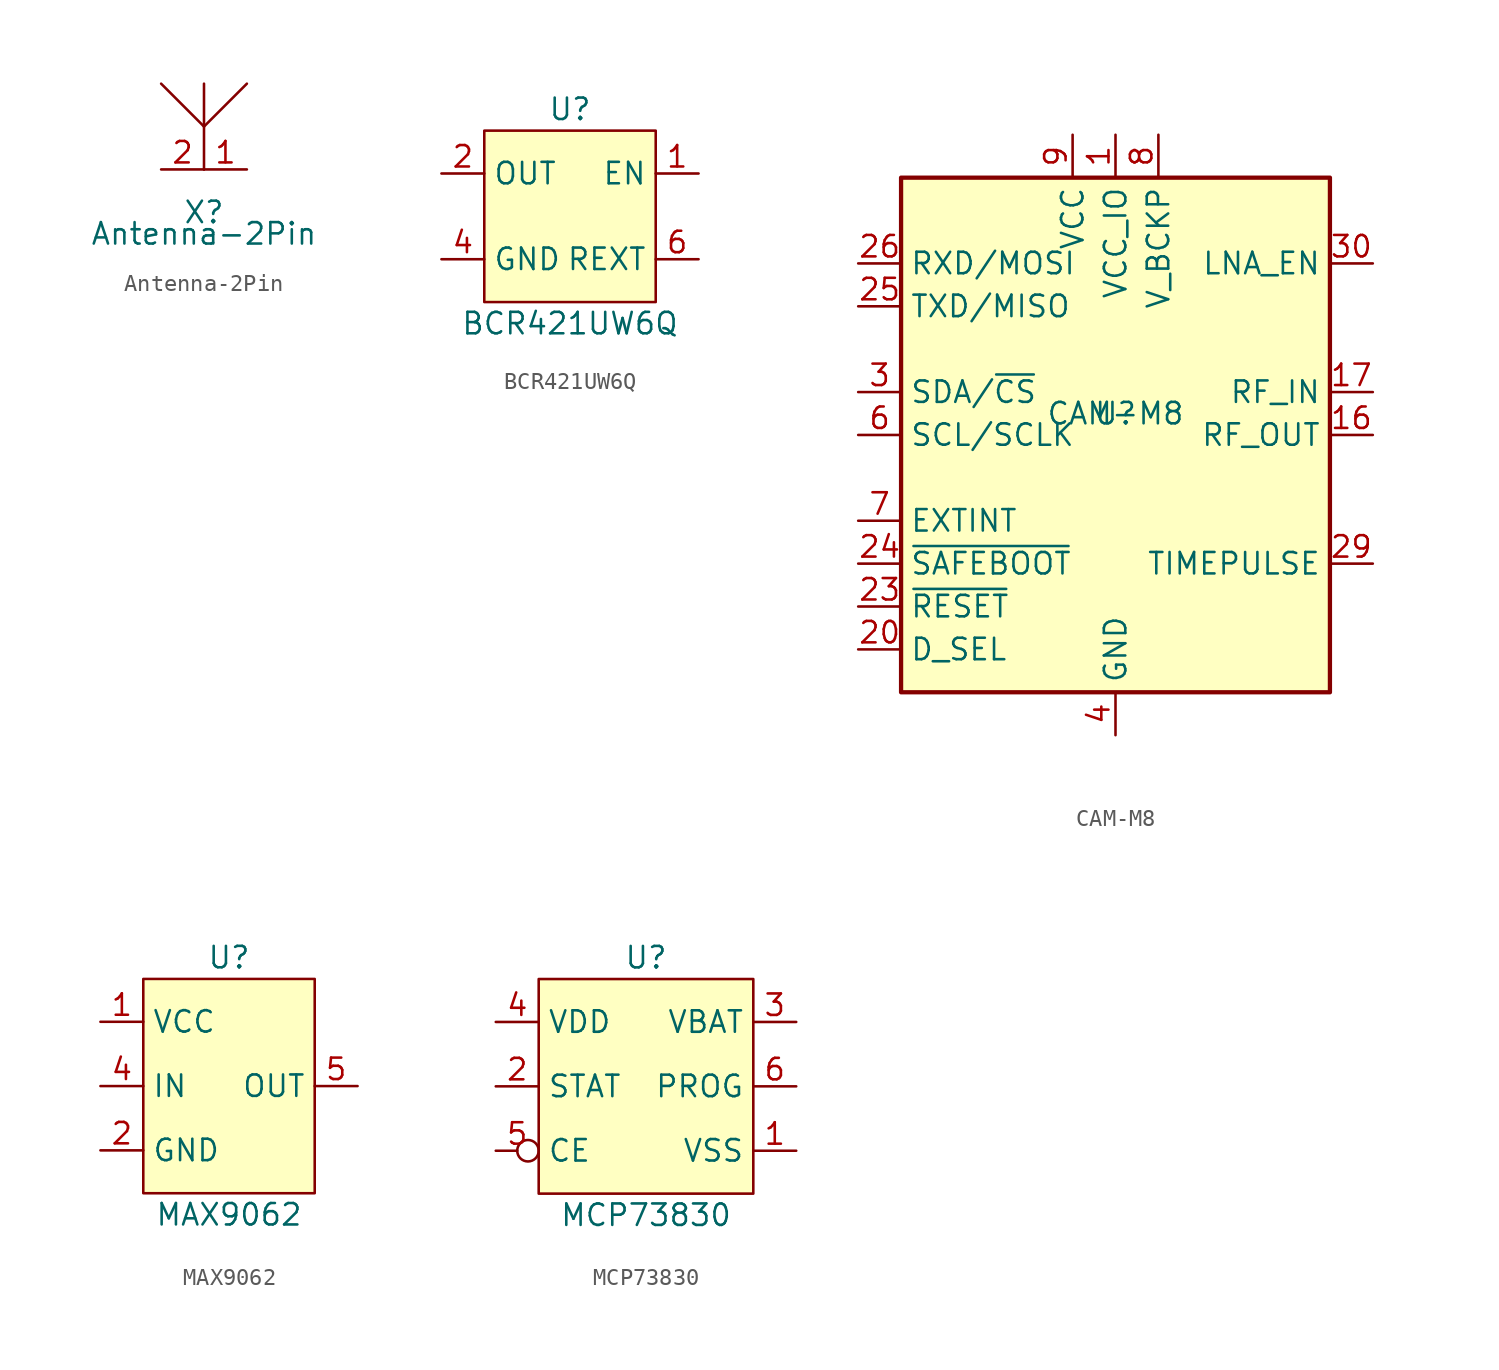
<source format=kicad_sym>
(kicad_symbol_lib
  (version 20211014)
  (generator kicad_symbol_editor)
  (symbol "Antenna-2Pin"
    (property "Reference" "X"
      (at 0 -2.54 0)
      (effects (font (size 1.27 1.27))))
    (property "Value" "Antenna-2Pin"
      (at 0 -3.81 0)
      (effects (font (size 1.27 1.27))))
    (symbol "Antenna-2Pin_0_1"
      (polyline (pts (xy 0 0) (xy 0 5.08)) (stroke (width 0) (type default) (color 0 0 0 0)) (fill (type none)))
      (polyline (pts (xy 0 2.54) (xy -2.54 5.08)) (stroke (width 0) (type default) (color 0 0 0 0)) (fill (type none)))
      (polyline (pts (xy 0 2.54) (xy 2.54 5.08)) (stroke (width 0) (type default) (color 0 0 0 0)) (fill (type none))))
    (symbol "Antenna-2Pin_1_1"
      (pin bidirectional line (at 2.54 0 180) (length 2.54) (name "" (effects (font (size 1.27 1.27)))) (number "1" (effects (font (size 1.27 1.27)))))
      (pin bidirectional line (at -2.54 0 0) (length 2.54) (name "" (effects (font (size 1.27 1.27)))) (number "2" (effects (font (size 1.27 1.27)))))))
  (symbol "BCR421UW6Q"
    (property "Reference" "U"
      (at 0 6.35 0)
      (effects (font (size 1.27 1.27))))
    (property "Value" "BCR421UW6Q"
      (at 0 -6.35 0)
      (effects (font (size 1.27 1.27))))
    (symbol "BCR421UW6Q_0_1"
      (rectangle (start -5.08 5.08) (end 5.08 -5.08) (stroke (width 0) (type default) (color 0 0 0 0)) (fill (type background))))
    (symbol "BCR421UW6Q_1_1"
      (pin input line (at 7.62 2.54 180) (length 2.54) (name "EN" (effects (font (size 1.27 1.27)))) (number "1" (effects (font (size 1.27 1.27)))))
      (pin output line (at -7.62 2.54 0) (length 2.54) (name "OUT" (effects (font (size 1.27 1.27)))) (number "2" (effects (font (size 1.27 1.27)))))
      (pin output line (at -7.62 2.54 0) (length 2.54) hide (name "OUT" (effects (font (size 1.27 1.27)))) (number "3" (effects (font (size 1.27 1.27)))))
      (pin power_in line (at -7.62 -2.54 0) (length 2.54) (name "GND" (effects (font (size 1.27 1.27)))) (number "4" (effects (font (size 1.27 1.27)))))
      (pin output line (at -7.62 2.54 0) (length 2.54) hide (name "OUT" (effects (font (size 1.27 1.27)))) (number "5" (effects (font (size 1.27 1.27)))))
      (pin input line (at 7.62 -2.54 180) (length 2.54) (name "REXT" (effects (font (size 1.27 1.27)))) (number "6" (effects (font (size 1.27 1.27)))))))
  (symbol "CAM-M8"
    (property "Reference" "U"
      (at 0 0 0)
      (effects (font (size 1.27 1.27))))
    (property "Value" "CAM-M8"
      (at 0 0 0)
      (effects (font (size 1.27 1.27))))
    (symbol "CAM-M8_0_1"
      (rectangle (start 12.7 13.97) (end -12.7 -16.51) (stroke (width 0.254) (type default) (color 0 0 0 0)) (fill (type background))))
    (symbol "CAM-M8_1_1"
      (pin power_in line (at 0 16.51 270) (length 2.54) (name "VCC_IO" (effects (font (size 1.27 1.27)))) (number "1" (effects (font (size 1.27 1.27)))))
      (pin passive line (at 0 -19.05 90) (length 2.54) hide (name "GND" (effects (font (size 1.27 1.27)))) (number "10" (effects (font (size 1.27 1.27)))))
      (pin passive line (at 0 -19.05 90) (length 2.54) hide (name "GND" (effects (font (size 1.27 1.27)))) (number "11" (effects (font (size 1.27 1.27)))))
      (pin passive line (at 0 -19.05 90) (length 2.54) hide (name "GND" (effects (font (size 1.27 1.27)))) (number "12" (effects (font (size 1.27 1.27)))))
      (pin passive line (at 0 -19.05 90) (length 2.54) hide (name "GND" (effects (font (size 1.27 1.27)))) (number "13" (effects (font (size 1.27 1.27)))))
      (pin passive line (at 0 -19.05 90) (length 2.54) hide (name "GND" (effects (font (size 1.27 1.27)))) (number "14" (effects (font (size 1.27 1.27)))))
      (pin passive line (at 0 -19.05 90) (length 2.54) hide (name "GND" (effects (font (size 1.27 1.27)))) (number "15" (effects (font (size 1.27 1.27)))))
      (pin output line (at 15.24 -1.27 180) (length 2.54) (name "RF_OUT" (effects (font (size 1.27 1.27)))) (number "16" (effects (font (size 1.27 1.27)))))
      (pin input line (at 15.24 1.27 180) (length 2.54) (name "RF_IN" (effects (font (size 1.27 1.27)))) (number "17" (effects (font (size 1.27 1.27)))))
      (pin passive line (at 0 -19.05 90) (length 2.54) hide (name "GND" (effects (font (size 1.27 1.27)))) (number "18" (effects (font (size 1.27 1.27)))))
      (pin passive line (at 0 -19.05 90) (length 2.54) hide (name "GND" (effects (font (size 1.27 1.27)))) (number "19" (effects (font (size 1.27 1.27)))))
      (pin no_connect line (at 12.7 -13.97 180) (length 2.54) hide (name "Reserved" (effects (font (size 1.27 1.27)))) (number "2" (effects (font (size 1.27 1.27)))))
      (pin input line (at -15.24 -13.97 0) (length 2.54) (name "D_SEL" (effects (font (size 1.27 1.27)))) (number "20" (effects (font (size 1.27 1.27)))))
      (pin passive line (at 0 -19.05 90) (length 2.54) hide (name "GND" (effects (font (size 1.27 1.27)))) (number "21" (effects (font (size 1.27 1.27)))))
      (pin passive line (at 0 -19.05 90) (length 2.54) hide (name "GND" (effects (font (size 1.27 1.27)))) (number "22" (effects (font (size 1.27 1.27)))))
      (pin input line (at -15.24 -11.43 0) (length 2.54) (name "~{RESET}" (effects (font (size 1.27 1.27)))) (number "23" (effects (font (size 1.27 1.27)))))
      (pin input line (at -15.24 -8.89 0) (length 2.54) (name "~{SAFEBOOT}" (effects (font (size 1.27 1.27)))) (number "24" (effects (font (size 1.27 1.27)))))
      (pin output line (at -15.24 6.35 0) (length 2.54) (name "TXD/MISO" (effects (font (size 1.27 1.27)))) (number "25" (effects (font (size 1.27 1.27)))))
      (pin input line (at -15.24 8.89 0) (length 2.54) (name "RXD/MOSI" (effects (font (size 1.27 1.27)))) (number "26" (effects (font (size 1.27 1.27)))))
      (pin passive line (at 0 -19.05 90) (length 2.54) hide (name "GND" (effects (font (size 1.27 1.27)))) (number "27" (effects (font (size 1.27 1.27)))))
      (pin no_connect line (at 12.7 -11.43 180) (length 2.54) hide (name "Reserved" (effects (font (size 1.27 1.27)))) (number "28" (effects (font (size 1.27 1.27)))))
      (pin output line (at 15.24 -8.89 180) (length 2.54) (name "TIMEPULSE" (effects (font (size 1.27 1.27)))) (number "29" (effects (font (size 1.27 1.27)))))
      (pin bidirectional line (at -15.24 1.27 0) (length 2.54) (name "SDA/~{CS}" (effects (font (size 1.27 1.27)))) (number "3" (effects (font (size 1.27 1.27)))))
      (pin output line (at 15.24 8.89 180) (length 2.54) (name "LNA_EN" (effects (font (size 1.27 1.27)))) (number "30" (effects (font (size 1.27 1.27)))))
      (pin passive line (at 0 -19.05 90) (length 2.54) hide (name "GND" (effects (font (size 1.27 1.27)))) (number "31" (effects (font (size 1.27 1.27)))))
      (pin power_in line (at 0 -19.05 90) (length 2.54) (name "GND" (effects (font (size 1.27 1.27)))) (number "4" (effects (font (size 1.27 1.27)))))
      (pin passive line (at 0 -19.05 90) (length 2.54) hide (name "GND" (effects (font (size 1.27 1.27)))) (number "5" (effects (font (size 1.27 1.27)))))
      (pin input line (at -15.24 -1.27 0) (length 2.54) (name "SCL/SCLK" (effects (font (size 1.27 1.27)))) (number "6" (effects (font (size 1.27 1.27)))))
      (pin input line (at -15.24 -6.35 0) (length 2.54) (name "EXTINT" (effects (font (size 1.27 1.27)))) (number "7" (effects (font (size 1.27 1.27)))))
      (pin power_in line (at 2.54 16.51 270) (length 2.54) (name "V_BCKP" (effects (font (size 1.27 1.27)))) (number "8" (effects (font (size 1.27 1.27)))))
      (pin power_in line (at -2.54 16.51 270) (length 2.54) (name "VCC" (effects (font (size 1.27 1.27)))) (number "9" (effects (font (size 1.27 1.27)))))))
  (symbol "MAX9062"
    (property "Reference" "U"
      (at 0 7.62 0)
      (effects (font (size 1.27 1.27))))
    (property "Value" "MAX9062"
      (at 0 -7.62 0)
      (effects (font (size 1.27 1.27))))
    (symbol "MAX9062_0_1"
      (rectangle (start -5.08 6.35) (end 5.08 -6.35) (stroke (width 0) (type default) (color 0 0 0 0)) (fill (type background))))
    (symbol "MAX9062_1_1"
      (pin power_in line (at -7.62 3.81 0) (length 2.54) (name "VCC" (effects (font (size 1.27 1.27)))) (number "1" (effects (font (size 1.27 1.27)))))
      (pin power_in line (at -7.62 -3.81 0) (length 2.54) (name "GND" (effects (font (size 1.27 1.27)))) (number "2" (effects (font (size 1.27 1.27)))))
      (pin power_in line (at -7.62 -3.81 0) (length 2.54) hide (name "GND" (effects (font (size 1.27 1.27)))) (number "3" (effects (font (size 1.27 1.27)))))
      (pin input line (at -7.62 0 0) (length 2.54) (name "IN" (effects (font (size 1.27 1.27)))) (number "4" (effects (font (size 1.27 1.27)))))
      (pin open_collector line (at 7.62 0 180) (length 2.54) (name "OUT" (effects (font (size 1.27 1.27)))) (number "5" (effects (font (size 1.27 1.27)))))))
  (symbol "MCP73830"
    (property "Reference" "U"
      (at 0 7.62 0)
      (effects (font (size 1.27 1.27))))
    (property "Value" "MCP73830"
      (at 0 -7.62 0)
      (effects (font (size 1.27 1.27))))
    (symbol "MCP73830_0_1"
      (rectangle (start -6.35 6.35) (end 6.35 -6.35) (stroke (width 0) (type default) (color 0 0 0 0)) (fill (type background))))
    (symbol "MCP73830_1_1"
      (pin power_in line (at 8.89 -3.81 180) (length 2.54) (name "VSS" (effects (font (size 1.27 1.27)))) (number "1" (effects (font (size 1.27 1.27)))))
      (pin open_collector line (at -8.89 0 0) (length 2.54) (name "STAT" (effects (font (size 1.27 1.27)))) (number "2" (effects (font (size 1.27 1.27)))))
      (pin power_out line (at 8.89 3.81 180) (length 2.54) (name "VBAT" (effects (font (size 1.27 1.27)))) (number "3" (effects (font (size 1.27 1.27)))))
      (pin power_in line (at -8.89 3.81 0) (length 2.54) (name "VDD" (effects (font (size 1.27 1.27)))) (number "4" (effects (font (size 1.27 1.27)))))
      (pin input inverted (at -8.89 -3.81 0) (length 2.54) (name "CE" (effects (font (size 1.27 1.27)))) (number "5" (effects (font (size 1.27 1.27)))))
      (pin passive line (at 8.89 0 180) (length 2.54) (name "PROG" (effects (font (size 1.27 1.27)))) (number "6" (effects (font (size 1.27 1.27)))))
      (pin power_in line (at 8.89 -3.81 180) (length 2.54) hide (name "EP" (effects (font (size 1.27 1.27)))) (number "7" (effects (font (size 1.27 1.27))))))))
</source>
